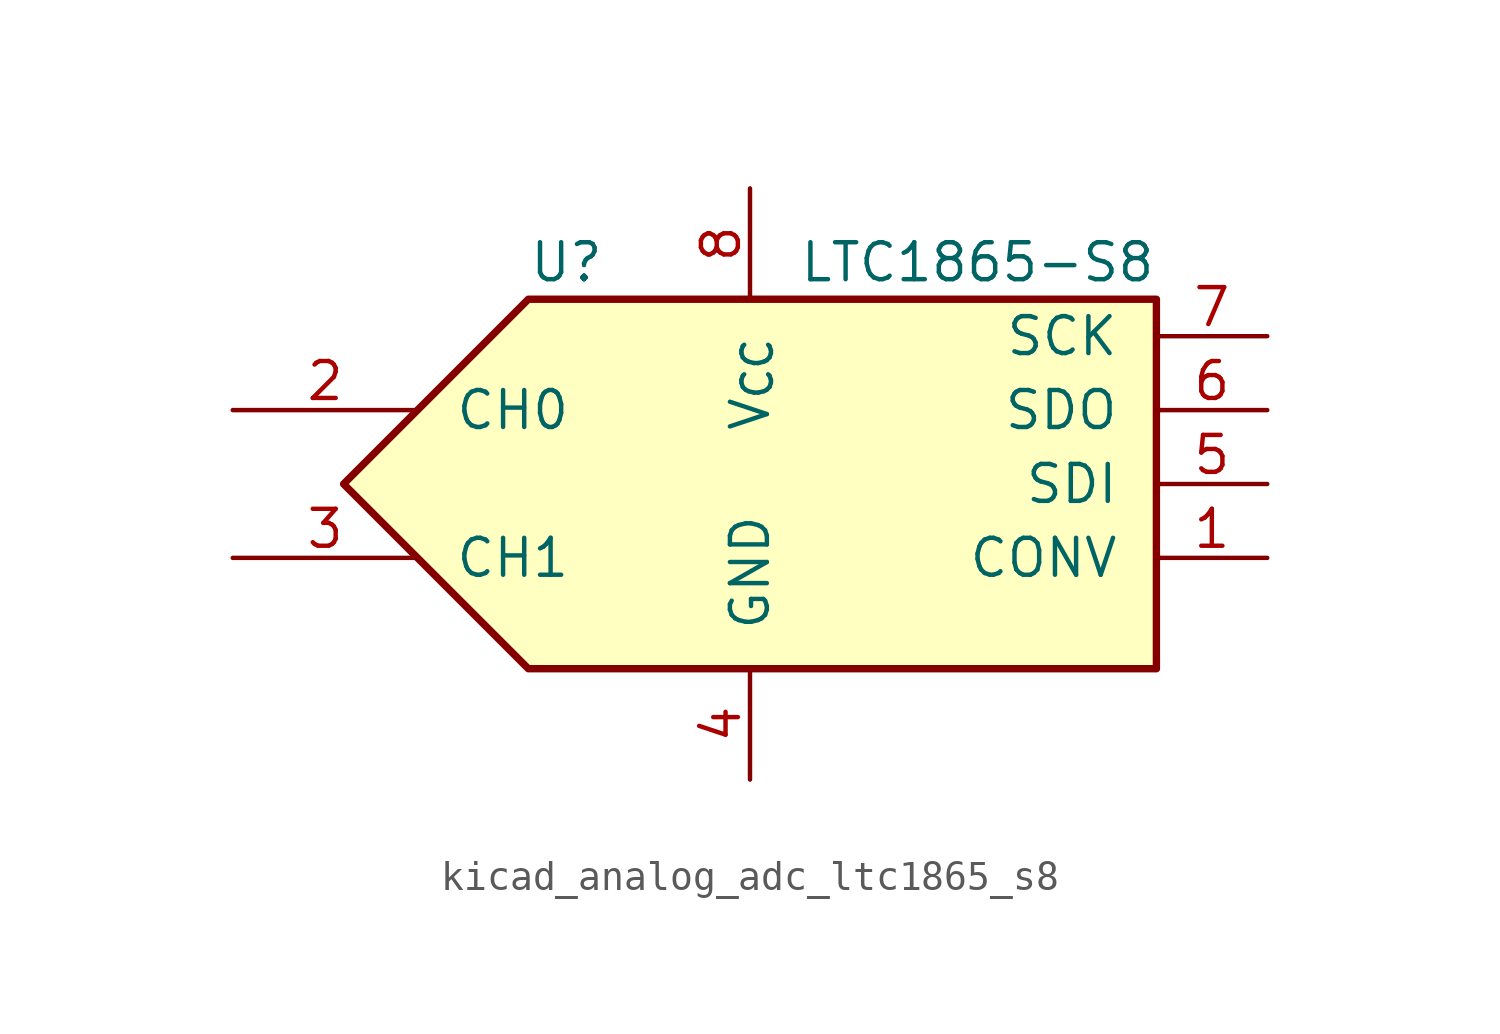
<source format=kicad_sym>
(kicad_symbol_lib
  (version 20220914)
  (generator kicad_symbol_editor)
  (symbol "kicad_analog_adc_ltc1865_s8"
    (pin_names
      (offset 1.27))
    (property "Reference" "U"
      (at -10.16 7.62 0)
      (effects (font (size 1.27 1.27)) (justify left)))
    (property "Value" "LTC1865-S8"
      (at 11.43 7.62 0)
      (effects (font (size 1.27 1.27)) (justify right)))
    (symbol "kicad_analog_adc_ltc1865_s8_0_1"
      (polyline (pts (xy 11.43 6.35) (xy -10.16 6.35) (xy -16.51 0) (xy -10.16 -6.35) (xy 11.43 -6.35) (xy 11.43 6.35)) (stroke (width 0.254) (type default)) (fill (type background))))
    (symbol "kicad_analog_adc_ltc1865_s8_1_1"
      (pin input line (at 15.24 -2.54 180) (length 3.81) (name "CONV" (effects (font (size 1.27 1.27)))) (number "1" (effects (font (size 1.27 1.27)))))
      (pin input line (at -20.32 2.54 0) (length 6.35) (name "CH0" (effects (font (size 1.27 1.27)))) (number "2" (effects (font (size 1.27 1.27)))))
      (pin input line (at -20.32 -2.54 0) (length 6.35) (name "CH1" (effects (font (size 1.27 1.27)))) (number "3" (effects (font (size 1.27 1.27)))))
      (pin power_in line (at -2.54 -10.16 90) (length 3.81) (name "GND" (effects (font (size 1.27 1.27)))) (number "4" (effects (font (size 1.27 1.27)))))
      (pin input line (at 15.24 0 180) (length 3.81) (name "SDI" (effects (font (size 1.27 1.27)))) (number "5" (effects (font (size 1.27 1.27)))))
      (pin output line (at 15.24 2.54 180) (length 3.81) (name "SDO" (effects (font (size 1.27 1.27)))) (number "6" (effects (font (size 1.27 1.27)))))
      (pin input line (at 15.24 5.08 180) (length 3.81) (name "SCK" (effects (font (size 1.27 1.27)))) (number "7" (effects (font (size 1.27 1.27)))))
      (pin power_in line (at -2.54 10.16 270) (length 3.81) (name "V_{CC}" (effects (font (size 1.27 1.27)))) (number "8" (effects (font (size 1.27 1.27))))))))
</source>
